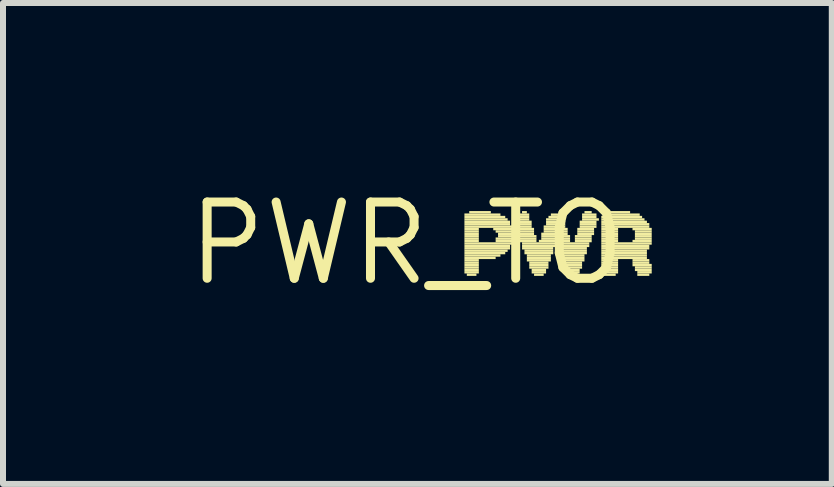
<source format=kicad_pcb>
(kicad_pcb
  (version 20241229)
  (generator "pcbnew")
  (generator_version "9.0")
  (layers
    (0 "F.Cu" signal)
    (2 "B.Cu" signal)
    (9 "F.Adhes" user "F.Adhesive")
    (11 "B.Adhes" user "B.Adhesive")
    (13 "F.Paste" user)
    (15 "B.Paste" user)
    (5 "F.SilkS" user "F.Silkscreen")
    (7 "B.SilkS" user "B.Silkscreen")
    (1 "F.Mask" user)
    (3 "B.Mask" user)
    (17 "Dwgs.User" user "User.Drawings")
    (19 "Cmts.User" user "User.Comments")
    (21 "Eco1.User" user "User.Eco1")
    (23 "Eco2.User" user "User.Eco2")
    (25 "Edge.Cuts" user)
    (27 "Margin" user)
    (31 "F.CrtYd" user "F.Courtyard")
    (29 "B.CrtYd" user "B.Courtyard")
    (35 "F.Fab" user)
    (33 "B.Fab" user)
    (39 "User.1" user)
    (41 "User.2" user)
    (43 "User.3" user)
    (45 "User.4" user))
  (footprint "PWR_TO"
    (layer "F.Cu")
    (at 3.727 1.006)
    (property "Reference" "PWR_TO" (at 0 0 0) (layer "F.SilkS") (effects (font (size 1.27 1.27) (thickness 0.15))))
    (fp_poly (pts (xy 0.96 -0.46) (xy 1.56 -0.46) (xy 1.56 -0.5) (xy 0.96 -0.5)) (stroke (width 0) (type default)) (fill yes) (layer "F.SilkS"))
    (fp_poly (pts (xy 0.96 -0.42) (xy 1.64 -0.42) (xy 1.64 -0.46) (xy 0.96 -0.46)) (stroke (width 0) (type default)) (fill yes) (layer "F.SilkS"))
    (fp_poly (pts (xy 0.96 -0.38) (xy 1.68 -0.38) (xy 1.68 -0.42) (xy 0.96 -0.42)) (stroke (width 0) (type default)) (fill yes) (layer "F.SilkS"))
    (fp_poly (pts (xy 0.96 -0.34) (xy 1.72 -0.34) (xy 1.72 -0.38) (xy 0.96 -0.38)) (stroke (width 0) (type default)) (fill yes) (layer "F.SilkS"))
    (fp_poly (pts (xy 0.96 -0.3) (xy 1.72 -0.3) (xy 1.72 -0.34) (xy 0.96 -0.34)) (stroke (width 0) (type default)) (fill yes) (layer "F.SilkS"))
    (fp_poly (pts (xy 0.96 -0.26) (xy 1.76 -0.26) (xy 1.76 -0.3) (xy 0.96 -0.3)) (stroke (width 0) (type default)) (fill yes) (layer "F.SilkS"))
    (fp_poly (pts (xy 0.96 -0.22) (xy 1.2 -0.22) (xy 1.2 -0.26) (xy 0.96 -0.26)) (stroke (width 0) (type default)) (fill yes) (layer "F.SilkS"))
    (fp_poly (pts (xy 0.96 -0.18) (xy 1.2 -0.18) (xy 1.2 -0.22) (xy 0.96 -0.22)) (stroke (width 0) (type default)) (fill yes) (layer "F.SilkS"))
    (fp_poly (pts (xy 0.96 -0.14) (xy 1.2 -0.14) (xy 1.2 -0.18) (xy 0.96 -0.18)) (stroke (width 0) (type default)) (fill yes) (layer "F.SilkS"))
    (fp_poly (pts (xy 0.96 -0.1) (xy 1.2 -0.1) (xy 1.2 -0.14) (xy 0.96 -0.14)) (stroke (width 0) (type default)) (fill yes) (layer "F.SilkS"))
    (fp_poly (pts (xy 0.96 -0.06) (xy 1.2 -0.06) (xy 1.2 -0.1) (xy 0.96 -0.1)) (stroke (width 0) (type default)) (fill yes) (layer "F.SilkS"))
    (fp_poly (pts (xy 0.96 -0.02) (xy 1.2 -0.02) (xy 1.2 -0.06) (xy 0.96 -0.06)) (stroke (width 0) (type default)) (fill yes) (layer "F.SilkS"))
    (fp_poly (pts (xy 0.96 0.02) (xy 1.76 0.02) (xy 1.76 -0.02) (xy 0.96 -0.02)) (stroke (width 0) (type default)) (fill yes) (layer "F.SilkS"))
    (fp_poly (pts (xy 0.96 0.06) (xy 1.72 0.06) (xy 1.72 0.02) (xy 0.96 0.02)) (stroke (width 0) (type default)) (fill yes) (layer "F.SilkS"))
    (fp_poly (pts (xy 0.96 0.1) (xy 1.72 0.1) (xy 1.72 0.06) (xy 0.96 0.06)) (stroke (width 0) (type default)) (fill yes) (layer "F.SilkS"))
    (fp_poly (pts (xy 0.96 0.14) (xy 1.68 0.14) (xy 1.68 0.1) (xy 0.96 0.1)) (stroke (width 0) (type default)) (fill yes) (layer "F.SilkS"))
    (fp_poly (pts (xy 0.96 0.18) (xy 1.64 0.18) (xy 1.64 0.14) (xy 0.96 0.14)) (stroke (width 0) (type default)) (fill yes) (layer "F.SilkS"))
    (fp_poly (pts (xy 0.96 0.22) (xy 1.56 0.22) (xy 1.56 0.18) (xy 0.96 0.18)) (stroke (width 0) (type default)) (fill yes) (layer "F.SilkS"))
    (fp_poly (pts (xy 0.96 0.26) (xy 1.48 0.26) (xy 1.48 0.22) (xy 0.96 0.22)) (stroke (width 0) (type default)) (fill yes) (layer "F.SilkS"))
    (fp_poly (pts (xy 0.96 0.3) (xy 1.2 0.3) (xy 1.2 0.26) (xy 0.96 0.26)) (stroke (width 0) (type default)) (fill yes) (layer "F.SilkS"))
    (fp_poly (pts (xy 0.96 0.34) (xy 1.2 0.34) (xy 1.2 0.3) (xy 0.96 0.3)) (stroke (width 0) (type default)) (fill yes) (layer "F.SilkS"))
    (fp_poly (pts (xy 0.96 0.38) (xy 1.2 0.38) (xy 1.2 0.34) (xy 0.96 0.34)) (stroke (width 0) (type default)) (fill yes) (layer "F.SilkS"))
    (fp_poly (pts (xy 0.96 0.42) (xy 1.2 0.42) (xy 1.2 0.38) (xy 0.96 0.38)) (stroke (width 0) (type default)) (fill yes) (layer "F.SilkS"))
    (fp_poly (pts (xy 0.96 0.46) (xy 1.2 0.46) (xy 1.2 0.42) (xy 0.96 0.42)) (stroke (width 0) (type default)) (fill yes) (layer "F.SilkS"))
    (fp_poly (pts (xy 0.96 0.5) (xy 1.2 0.5) (xy 1.2 0.46) (xy 0.96 0.46)) (stroke (width 0) (type default)) (fill yes) (layer "F.SilkS"))
    (fp_poly (pts (xy 1 0.54) (xy 1.16 0.54) (xy 1.16 0.5) (xy 1 0.5)) (stroke (width 0) (type default)) (fill yes) (layer "F.SilkS"))
    (fp_poly (pts (xy 1.04 -0.5) (xy 1.4 -0.5) (xy 1.4 -0.54) (xy 1.04 -0.54)) (stroke (width 0) (type default)) (fill yes) (layer "F.SilkS"))
    (fp_poly (pts (xy 1.44 -0.22) (xy 1.76 -0.22) (xy 1.76 -0.26) (xy 1.44 -0.26)) (stroke (width 0) (type default)) (fill yes) (layer "F.SilkS"))
    (fp_poly (pts (xy 1.48 -0.18) (xy 1.76 -0.18) (xy 1.76 -0.22) (xy 1.48 -0.22)) (stroke (width 0) (type default)) (fill yes) (layer "F.SilkS"))
    (fp_poly (pts (xy 1.48 -0.06) (xy 1.76 -0.06) (xy 1.76 -0.1) (xy 1.48 -0.1)) (stroke (width 0) (type default)) (fill yes) (layer "F.SilkS"))
    (fp_poly (pts (xy 1.48 -0.02) (xy 1.76 -0.02) (xy 1.76 -0.06) (xy 1.48 -0.06)) (stroke (width 0) (type default)) (fill yes) (layer "F.SilkS"))
    (fp_poly (pts (xy 1.52 -0.14) (xy 1.76 -0.14) (xy 1.76 -0.18) (xy 1.52 -0.18)) (stroke (width 0) (type default)) (fill yes) (layer "F.SilkS"))
    (fp_poly (pts (xy 1.52 -0.1) (xy 1.76 -0.1) (xy 1.76 -0.14) (xy 1.52 -0.14)) (stroke (width 0) (type default)) (fill yes) (layer "F.SilkS"))
    (fp_poly (pts (xy 1.76 -0.42) (xy 2.04 -0.42) (xy 2.04 -0.46) (xy 1.76 -0.46)) (stroke (width 0) (type default)) (fill yes) (layer "F.SilkS"))
    (fp_poly (pts (xy 1.76 -0.38) (xy 2.04 -0.38) (xy 2.04 -0.42) (xy 1.76 -0.42)) (stroke (width 0) (type default)) (fill yes) (layer "F.SilkS"))
    (fp_poly (pts (xy 1.8 -0.46) (xy 2.04 -0.46) (xy 2.04 -0.5) (xy 1.8 -0.5)) (stroke (width 0) (type default)) (fill yes) (layer "F.SilkS"))
    (fp_poly (pts (xy 1.8 -0.34) (xy 2.08 -0.34) (xy 2.08 -0.38) (xy 1.8 -0.38)) (stroke (width 0) (type default)) (fill yes) (layer "F.SilkS"))
    (fp_poly (pts (xy 1.8 -0.3) (xy 2.08 -0.3) (xy 2.08 -0.34) (xy 1.8 -0.34)) (stroke (width 0) (type default)) (fill yes) (layer "F.SilkS"))
    (fp_poly (pts (xy 1.8 -0.26) (xy 2.08 -0.26) (xy 2.08 -0.3) (xy 1.8 -0.3)) (stroke (width 0) (type default)) (fill yes) (layer "F.SilkS"))
    (fp_poly (pts (xy 1.84 -0.22) (xy 2.12 -0.22) (xy 2.12 -0.26) (xy 1.84 -0.26)) (stroke (width 0) (type default)) (fill yes) (layer "F.SilkS"))
    (fp_poly (pts (xy 1.84 -0.18) (xy 2.12 -0.18) (xy 2.12 -0.22) (xy 1.84 -0.22)) (stroke (width 0) (type default)) (fill yes) (layer "F.SilkS"))
    (fp_poly (pts (xy 1.84 -0.14) (xy 2.12 -0.14) (xy 2.12 -0.18) (xy 1.84 -0.18)) (stroke (width 0) (type default)) (fill yes) (layer "F.SilkS"))
    (fp_poly (pts (xy 1.88 -0.1) (xy 2.16 -0.1) (xy 2.16 -0.14) (xy 1.88 -0.14)) (stroke (width 0) (type default)) (fill yes) (layer "F.SilkS"))
    (fp_poly (pts (xy 1.88 -0.06) (xy 2.16 -0.06) (xy 2.16 -0.1) (xy 1.88 -0.1)) (stroke (width 0) (type default)) (fill yes) (layer "F.SilkS"))
    (fp_poly (pts (xy 1.88 -0.02) (xy 2.16 -0.02) (xy 2.16 -0.06) (xy 1.88 -0.06)) (stroke (width 0) (type default)) (fill yes) (layer "F.SilkS"))
    (fp_poly (pts (xy 1.92 -0.5) (xy 2 -0.5) (xy 2 -0.54) (xy 1.92 -0.54)) (stroke (width 0) (type default)) (fill yes) (layer "F.SilkS"))
    (fp_poly (pts (xy 1.92 0.02) (xy 3.04 0.02) (xy 3.04 -0.02) (xy 1.92 -0.02)) (stroke (width 0) (type default)) (fill yes) (layer "F.SilkS"))
    (fp_poly (pts (xy 1.92 0.06) (xy 3.04 0.06) (xy 3.04 0.02) (xy 1.92 0.02)) (stroke (width 0) (type default)) (fill yes) (layer "F.SilkS"))
    (fp_poly (pts (xy 1.92 0.1) (xy 2.44 0.1) (xy 2.44 0.06) (xy 1.92 0.06)) (stroke (width 0) (type default)) (fill yes) (layer "F.SilkS"))
    (fp_poly (pts (xy 1.96 0.14) (xy 2.44 0.14) (xy 2.44 0.1) (xy 1.96 0.1)) (stroke (width 0) (type default)) (fill yes) (layer "F.SilkS"))
    (fp_poly (pts (xy 1.96 0.18) (xy 2.44 0.18) (xy 2.44 0.14) (xy 1.96 0.14)) (stroke (width 0) (type default)) (fill yes) (layer "F.SilkS"))
    (fp_poly (pts (xy 2 0.22) (xy 2.4 0.22) (xy 2.4 0.18) (xy 2 0.18)) (stroke (width 0) (type default)) (fill yes) (layer "F.SilkS"))
    (fp_poly (pts (xy 2 0.26) (xy 2.4 0.26) (xy 2.4 0.22) (xy 2 0.22)) (stroke (width 0) (type default)) (fill yes) (layer "F.SilkS"))
    (fp_poly (pts (xy 2 0.3) (xy 2.4 0.3) (xy 2.4 0.26) (xy 2 0.26)) (stroke (width 0) (type default)) (fill yes) (layer "F.SilkS"))
    (fp_poly (pts (xy 2.04 0.34) (xy 2.36 0.34) (xy 2.36 0.3) (xy 2.04 0.3)) (stroke (width 0) (type default)) (fill yes) (layer "F.SilkS"))
    (fp_poly (pts (xy 2.04 0.38) (xy 2.36 0.38) (xy 2.36 0.34) (xy 2.04 0.34)) (stroke (width 0) (type default)) (fill yes) (layer "F.SilkS"))
    (fp_poly (pts (xy 2.04 0.42) (xy 2.36 0.42) (xy 2.36 0.38) (xy 2.04 0.38)) (stroke (width 0) (type default)) (fill yes) (layer "F.SilkS"))
    (fp_poly (pts (xy 2.08 0.46) (xy 2.32 0.46) (xy 2.32 0.42) (xy 2.08 0.42)) (stroke (width 0) (type default)) (fill yes) (layer "F.SilkS"))
    (fp_poly (pts (xy 2.08 0.5) (xy 2.32 0.5) (xy 2.32 0.46) (xy 2.08 0.46)) (stroke (width 0) (type default)) (fill yes) (layer "F.SilkS"))
    (fp_poly (pts (xy 2.12 0.54) (xy 2.28 0.54) (xy 2.28 0.5) (xy 2.12 0.5)) (stroke (width 0) (type default)) (fill yes) (layer "F.SilkS"))
    (fp_poly (pts (xy 2.2 -0.02) (xy 2.72 -0.02) (xy 2.72 -0.06) (xy 2.2 -0.06)) (stroke (width 0) (type default)) (fill yes) (layer "F.SilkS"))
    (fp_poly (pts (xy 2.24 -0.14) (xy 2.68 -0.14) (xy 2.68 -0.18) (xy 2.24 -0.18)) (stroke (width 0) (type default)) (fill yes) (layer "F.SilkS"))
    (fp_poly (pts (xy 2.24 -0.1) (xy 2.72 -0.1) (xy 2.72 -0.14) (xy 2.24 -0.14)) (stroke (width 0) (type default)) (fill yes) (layer "F.SilkS"))
    (fp_poly (pts (xy 2.24 -0.06) (xy 2.72 -0.06) (xy 2.72 -0.1) (xy 2.24 -0.1)) (stroke (width 0) (type default)) (fill yes) (layer "F.SilkS"))
    (fp_poly (pts (xy 2.28 -0.26) (xy 2.64 -0.26) (xy 2.64 -0.3) (xy 2.28 -0.3)) (stroke (width 0) (type default)) (fill yes) (layer "F.SilkS"))
    (fp_poly (pts (xy 2.28 -0.22) (xy 2.68 -0.22) (xy 2.68 -0.26) (xy 2.28 -0.26)) (stroke (width 0) (type default)) (fill yes) (layer "F.SilkS"))
    (fp_poly (pts (xy 2.28 -0.18) (xy 2.68 -0.18) (xy 2.68 -0.22) (xy 2.28 -0.22)) (stroke (width 0) (type default)) (fill yes) (layer "F.SilkS"))
    (fp_poly (pts (xy 2.32 -0.38) (xy 2.6 -0.38) (xy 2.6 -0.42) (xy 2.32 -0.42)) (stroke (width 0) (type default)) (fill yes) (layer "F.SilkS"))
    (fp_poly (pts (xy 2.32 -0.34) (xy 2.64 -0.34) (xy 2.64 -0.38) (xy 2.32 -0.38)) (stroke (width 0) (type default)) (fill yes) (layer "F.SilkS"))
    (fp_poly (pts (xy 2.32 -0.3) (xy 2.64 -0.3) (xy 2.64 -0.34) (xy 2.32 -0.34)) (stroke (width 0) (type default)) (fill yes) (layer "F.SilkS"))
    (fp_poly (pts (xy 2.36 -0.42) (xy 2.6 -0.42) (xy 2.6 -0.46) (xy 2.36 -0.46)) (stroke (width 0) (type default)) (fill yes) (layer "F.SilkS"))
    (fp_poly (pts (xy 2.4 -0.46) (xy 2.56 -0.46) (xy 2.56 -0.5) (xy 2.4 -0.5)) (stroke (width 0) (type default)) (fill yes) (layer "F.SilkS"))
    (fp_poly (pts (xy 2.52 0.1) (xy 3 0.1) (xy 3 0.06) (xy 2.52 0.06)) (stroke (width 0) (type default)) (fill yes) (layer "F.SilkS"))
    (fp_poly (pts (xy 2.52 0.14) (xy 3 0.14) (xy 3 0.1) (xy 2.52 0.1)) (stroke (width 0) (type default)) (fill yes) (layer "F.SilkS"))
    (fp_poly (pts (xy 2.52 0.18) (xy 3 0.18) (xy 3 0.14) (xy 2.52 0.14)) (stroke (width 0) (type default)) (fill yes) (layer "F.SilkS"))
    (fp_poly (pts (xy 2.56 0.22) (xy 2.96 0.22) (xy 2.96 0.18) (xy 2.56 0.18)) (stroke (width 0) (type default)) (fill yes) (layer "F.SilkS"))
    (fp_poly (pts (xy 2.56 0.26) (xy 2.96 0.26) (xy 2.96 0.22) (xy 2.56 0.22)) (stroke (width 0) (type default)) (fill yes) (layer "F.SilkS"))
    (fp_poly (pts (xy 2.56 0.3) (xy 2.96 0.3) (xy 2.96 0.26) (xy 2.56 0.26)) (stroke (width 0) (type default)) (fill yes) (layer "F.SilkS"))
    (fp_poly (pts (xy 2.6 0.34) (xy 2.92 0.34) (xy 2.92 0.3) (xy 2.6 0.3)) (stroke (width 0) (type default)) (fill yes) (layer "F.SilkS"))
    (fp_poly (pts (xy 2.6 0.38) (xy 2.92 0.38) (xy 2.92 0.34) (xy 2.6 0.34)) (stroke (width 0) (type default)) (fill yes) (layer "F.SilkS"))
    (fp_poly (pts (xy 2.6 0.42) (xy 2.92 0.42) (xy 2.92 0.38) (xy 2.6 0.38)) (stroke (width 0) (type default)) (fill yes) (layer "F.SilkS"))
    (fp_poly (pts (xy 2.64 0.46) (xy 2.88 0.46) (xy 2.88 0.42) (xy 2.64 0.42)) (stroke (width 0) (type default)) (fill yes) (layer "F.SilkS"))
    (fp_poly (pts (xy 2.64 0.5) (xy 2.88 0.5) (xy 2.88 0.46) (xy 2.64 0.46)) (stroke (width 0) (type default)) (fill yes) (layer "F.SilkS"))
    (fp_poly (pts (xy 2.68 0.54) (xy 2.84 0.54) (xy 2.84 0.5) (xy 2.68 0.5)) (stroke (width 0) (type default)) (fill yes) (layer "F.SilkS"))
    (fp_poly (pts (xy 2.8 -0.1) (xy 3.08 -0.1) (xy 3.08 -0.14) (xy 2.8 -0.14)) (stroke (width 0) (type default)) (fill yes) (layer "F.SilkS"))
    (fp_poly (pts (xy 2.8 -0.06) (xy 3.08 -0.06) (xy 3.08 -0.1) (xy 2.8 -0.1)) (stroke (width 0) (type default)) (fill yes) (layer "F.SilkS"))
    (fp_poly (pts (xy 2.8 -0.02) (xy 3.08 -0.02) (xy 3.08 -0.06) (xy 2.8 -0.06)) (stroke (width 0) (type default)) (fill yes) (layer "F.SilkS"))
    (fp_poly (pts (xy 2.84 -0.22) (xy 3.12 -0.22) (xy 3.12 -0.26) (xy 2.84 -0.26)) (stroke (width 0) (type default)) (fill yes) (layer "F.SilkS"))
    (fp_poly (pts (xy 2.84 -0.18) (xy 3.12 -0.18) (xy 3.12 -0.22) (xy 2.84 -0.22)) (stroke (width 0) (type default)) (fill yes) (layer "F.SilkS"))
    (fp_poly (pts (xy 2.84 -0.14) (xy 3.12 -0.14) (xy 3.12 -0.18) (xy 2.84 -0.18)) (stroke (width 0) (type default)) (fill yes) (layer "F.SilkS"))
    (fp_poly (pts (xy 2.88 -0.34) (xy 3.16 -0.34) (xy 3.16 -0.38) (xy 2.88 -0.38)) (stroke (width 0) (type default)) (fill yes) (layer "F.SilkS"))
    (fp_poly (pts (xy 2.88 -0.3) (xy 3.16 -0.3) (xy 3.16 -0.34) (xy 2.88 -0.34)) (stroke (width 0) (type default)) (fill yes) (layer "F.SilkS"))
    (fp_poly (pts (xy 2.88 -0.26) (xy 3.16 -0.26) (xy 3.16 -0.3) (xy 2.88 -0.3)) (stroke (width 0) (type default)) (fill yes) (layer "F.SilkS"))
    (fp_poly (pts (xy 2.92 -0.46) (xy 3.16 -0.46) (xy 3.16 -0.5) (xy 2.92 -0.5)) (stroke (width 0) (type default)) (fill yes) (layer "F.SilkS"))
    (fp_poly (pts (xy 2.92 -0.42) (xy 3.16 -0.42) (xy 3.16 -0.46) (xy 2.92 -0.46)) (stroke (width 0) (type default)) (fill yes) (layer "F.SilkS"))
    (fp_poly (pts (xy 2.92 -0.38) (xy 3.2 -0.38) (xy 3.2 -0.42) (xy 2.92 -0.42)) (stroke (width 0) (type default)) (fill yes) (layer "F.SilkS"))
    (fp_poly (pts (xy 2.96 -0.5) (xy 3.08 -0.5) (xy 3.08 -0.54) (xy 2.96 -0.54)) (stroke (width 0) (type default)) (fill yes) (layer "F.SilkS"))
    (fp_poly (pts (xy 3.24 -0.42) (xy 3.92 -0.42) (xy 3.92 -0.46) (xy 3.24 -0.46)) (stroke (width 0) (type default)) (fill yes) (layer "F.SilkS"))
    (fp_poly (pts (xy 3.24 -0.38) (xy 3.96 -0.38) (xy 3.96 -0.42) (xy 3.24 -0.42)) (stroke (width 0) (type default)) (fill yes) (layer "F.SilkS"))
    (fp_poly (pts (xy 3.24 -0.34) (xy 4 -0.34) (xy 4 -0.38) (xy 3.24 -0.38)) (stroke (width 0) (type default)) (fill yes) (layer "F.SilkS"))
    (fp_poly (pts (xy 3.24 -0.3) (xy 4.04 -0.3) (xy 4.04 -0.34) (xy 3.24 -0.34)) (stroke (width 0) (type default)) (fill yes) (layer "F.SilkS"))
    (fp_poly (pts (xy 3.24 -0.26) (xy 4.04 -0.26) (xy 4.04 -0.3) (xy 3.24 -0.3)) (stroke (width 0) (type default)) (fill yes) (layer "F.SilkS"))
    (fp_poly (pts (xy 3.24 -0.22) (xy 3.52 -0.22) (xy 3.52 -0.26) (xy 3.24 -0.26)) (stroke (width 0) (type default)) (fill yes) (layer "F.SilkS"))
    (fp_poly (pts (xy 3.24 -0.18) (xy 3.52 -0.18) (xy 3.52 -0.22) (xy 3.24 -0.22)) (stroke (width 0) (type default)) (fill yes) (layer "F.SilkS"))
    (fp_poly (pts (xy 3.24 -0.14) (xy 3.52 -0.14) (xy 3.52 -0.18) (xy 3.24 -0.18)) (stroke (width 0) (type default)) (fill yes) (layer "F.SilkS"))
    (fp_poly (pts (xy 3.24 -0.1) (xy 3.52 -0.1) (xy 3.52 -0.14) (xy 3.24 -0.14)) (stroke (width 0) (type default)) (fill yes) (layer "F.SilkS"))
    (fp_poly (pts (xy 3.24 -0.06) (xy 3.52 -0.06) (xy 3.52 -0.1) (xy 3.24 -0.1)) (stroke (width 0) (type default)) (fill yes) (layer "F.SilkS"))
    (fp_poly (pts (xy 3.24 -0.02) (xy 3.52 -0.02) (xy 3.52 -0.06) (xy 3.24 -0.06)) (stroke (width 0) (type default)) (fill yes) (layer "F.SilkS"))
    (fp_poly (pts (xy 3.24 0.02) (xy 4.08 0.02) (xy 4.08 -0.02) (xy 3.24 -0.02)) (stroke (width 0) (type default)) (fill yes) (layer "F.SilkS"))
    (fp_poly (pts (xy 3.24 0.06) (xy 4.04 0.06) (xy 4.04 0.02) (xy 3.24 0.02)) (stroke (width 0) (type default)) (fill yes) (layer "F.SilkS"))
    (fp_poly (pts (xy 3.24 0.1) (xy 4.04 0.1) (xy 4.04 0.06) (xy 3.24 0.06)) (stroke (width 0) (type default)) (fill yes) (layer "F.SilkS"))
    (fp_poly (pts (xy 3.24 0.14) (xy 4 0.14) (xy 4 0.1) (xy 3.24 0.1)) (stroke (width 0) (type default)) (fill yes) (layer "F.SilkS"))
    (fp_poly (pts (xy 3.24 0.18) (xy 4 0.18) (xy 4 0.14) (xy 3.24 0.14)) (stroke (width 0) (type default)) (fill yes) (layer "F.SilkS"))
    (fp_poly (pts (xy 3.24 0.22) (xy 4 0.22) (xy 4 0.18) (xy 3.24 0.18)) (stroke (width 0) (type default)) (fill yes) (layer "F.SilkS"))
    (fp_poly (pts (xy 3.24 0.26) (xy 4 0.26) (xy 4 0.22) (xy 3.24 0.22)) (stroke (width 0) (type default)) (fill yes) (layer "F.SilkS"))
    (fp_poly (pts (xy 3.24 0.3) (xy 3.52 0.3) (xy 3.52 0.26) (xy 3.24 0.26)) (stroke (width 0) (type default)) (fill yes) (layer "F.SilkS"))
    (fp_poly (pts (xy 3.24 0.34) (xy 3.52 0.34) (xy 3.52 0.3) (xy 3.24 0.3)) (stroke (width 0) (type default)) (fill yes) (layer "F.SilkS"))
    (fp_poly (pts (xy 3.24 0.38) (xy 3.52 0.38) (xy 3.52 0.34) (xy 3.24 0.34)) (stroke (width 0) (type default)) (fill yes) (layer "F.SilkS"))
    (fp_poly (pts (xy 3.24 0.42) (xy 3.52 0.42) (xy 3.52 0.38) (xy 3.24 0.38)) (stroke (width 0) (type default)) (fill yes) (layer "F.SilkS"))
    (fp_poly (pts (xy 3.24 0.46) (xy 3.52 0.46) (xy 3.52 0.42) (xy 3.24 0.42)) (stroke (width 0) (type default)) (fill yes) (layer "F.SilkS"))
    (fp_poly (pts (xy 3.24 0.5) (xy 3.52 0.5) (xy 3.52 0.46) (xy 3.24 0.46)) (stroke (width 0) (type default)) (fill yes) (layer "F.SilkS"))
    (fp_poly (pts (xy 3.28 -0.46) (xy 3.88 -0.46) (xy 3.88 -0.5) (xy 3.28 -0.5)) (stroke (width 0) (type default)) (fill yes) (layer "F.SilkS"))
    (fp_poly (pts (xy 3.28 0.54) (xy 3.48 0.54) (xy 3.48 0.5) (xy 3.28 0.5)) (stroke (width 0) (type default)) (fill yes) (layer "F.SilkS"))
    (fp_poly (pts (xy 3.36 -0.5) (xy 3.72 -0.5) (xy 3.72 -0.54) (xy 3.36 -0.54)) (stroke (width 0) (type default)) (fill yes) (layer "F.SilkS"))
    (fp_poly (pts (xy 3.76 -0.22) (xy 4.08 -0.22) (xy 4.08 -0.26) (xy 3.76 -0.26)) (stroke (width 0) (type default)) (fill yes) (layer "F.SilkS"))
    (fp_poly (pts (xy 3.76 -0.02) (xy 4.08 -0.02) (xy 4.08 -0.06) (xy 3.76 -0.06)) (stroke (width 0) (type default)) (fill yes) (layer "F.SilkS"))
    (fp_poly (pts (xy 3.76 0.3) (xy 4.04 0.3) (xy 4.04 0.26) (xy 3.76 0.26)) (stroke (width 0) (type default)) (fill yes) (layer "F.SilkS"))
    (fp_poly (pts (xy 3.76 0.34) (xy 4.04 0.34) (xy 4.04 0.3) (xy 3.76 0.3)) (stroke (width 0) (type default)) (fill yes) (layer "F.SilkS"))
    (fp_poly (pts (xy 3.76 0.38) (xy 4.08 0.38) (xy 4.08 0.34) (xy 3.76 0.34)) (stroke (width 0) (type default)) (fill yes) (layer "F.SilkS"))
    (fp_poly (pts (xy 3.8 -0.18) (xy 4.08 -0.18) (xy 4.08 -0.22) (xy 3.8 -0.22)) (stroke (width 0) (type default)) (fill yes) (layer "F.SilkS"))
    (fp_poly (pts (xy 3.8 -0.14) (xy 4.08 -0.14) (xy 4.08 -0.18) (xy 3.8 -0.18)) (stroke (width 0) (type default)) (fill yes) (layer "F.SilkS"))
    (fp_poly (pts (xy 3.8 -0.1) (xy 4.08 -0.1) (xy 4.08 -0.14) (xy 3.8 -0.14)) (stroke (width 0) (type default)) (fill yes) (layer "F.SilkS"))
    (fp_poly (pts (xy 3.8 -0.06) (xy 4.08 -0.06) (xy 4.08 -0.1) (xy 3.8 -0.1)) (stroke (width 0) (type default)) (fill yes) (layer "F.SilkS"))
    (fp_poly (pts (xy 3.8 0.42) (xy 4.08 0.42) (xy 4.08 0.38) (xy 3.8 0.38)) (stroke (width 0) (type default)) (fill yes) (layer "F.SilkS"))
    (fp_poly (pts (xy 3.8 0.46) (xy 4.08 0.46) (xy 4.08 0.42) (xy 3.8 0.42)) (stroke (width 0) (type default)) (fill yes) (layer "F.SilkS"))
    (fp_poly (pts (xy 3.84 0.5) (xy 4.08 0.5) (xy 4.08 0.46) (xy 3.84 0.46)) (stroke (width 0) (type default)) (fill yes) (layer "F.SilkS"))
    (fp_poly (pts (xy 3.84 0.54) (xy 4.04 0.54) (xy 4.04 0.5) (xy 3.84 0.5)) (stroke (width 0) (type default)) (fill yes) (layer "F.SilkS")))
  (gr_rect
    (start -3 -3)
    (end 10.807 5.012)
    (stroke (width 0.1) (type default))
    (fill no)
    (layer "Edge.Cuts")))
</source>
